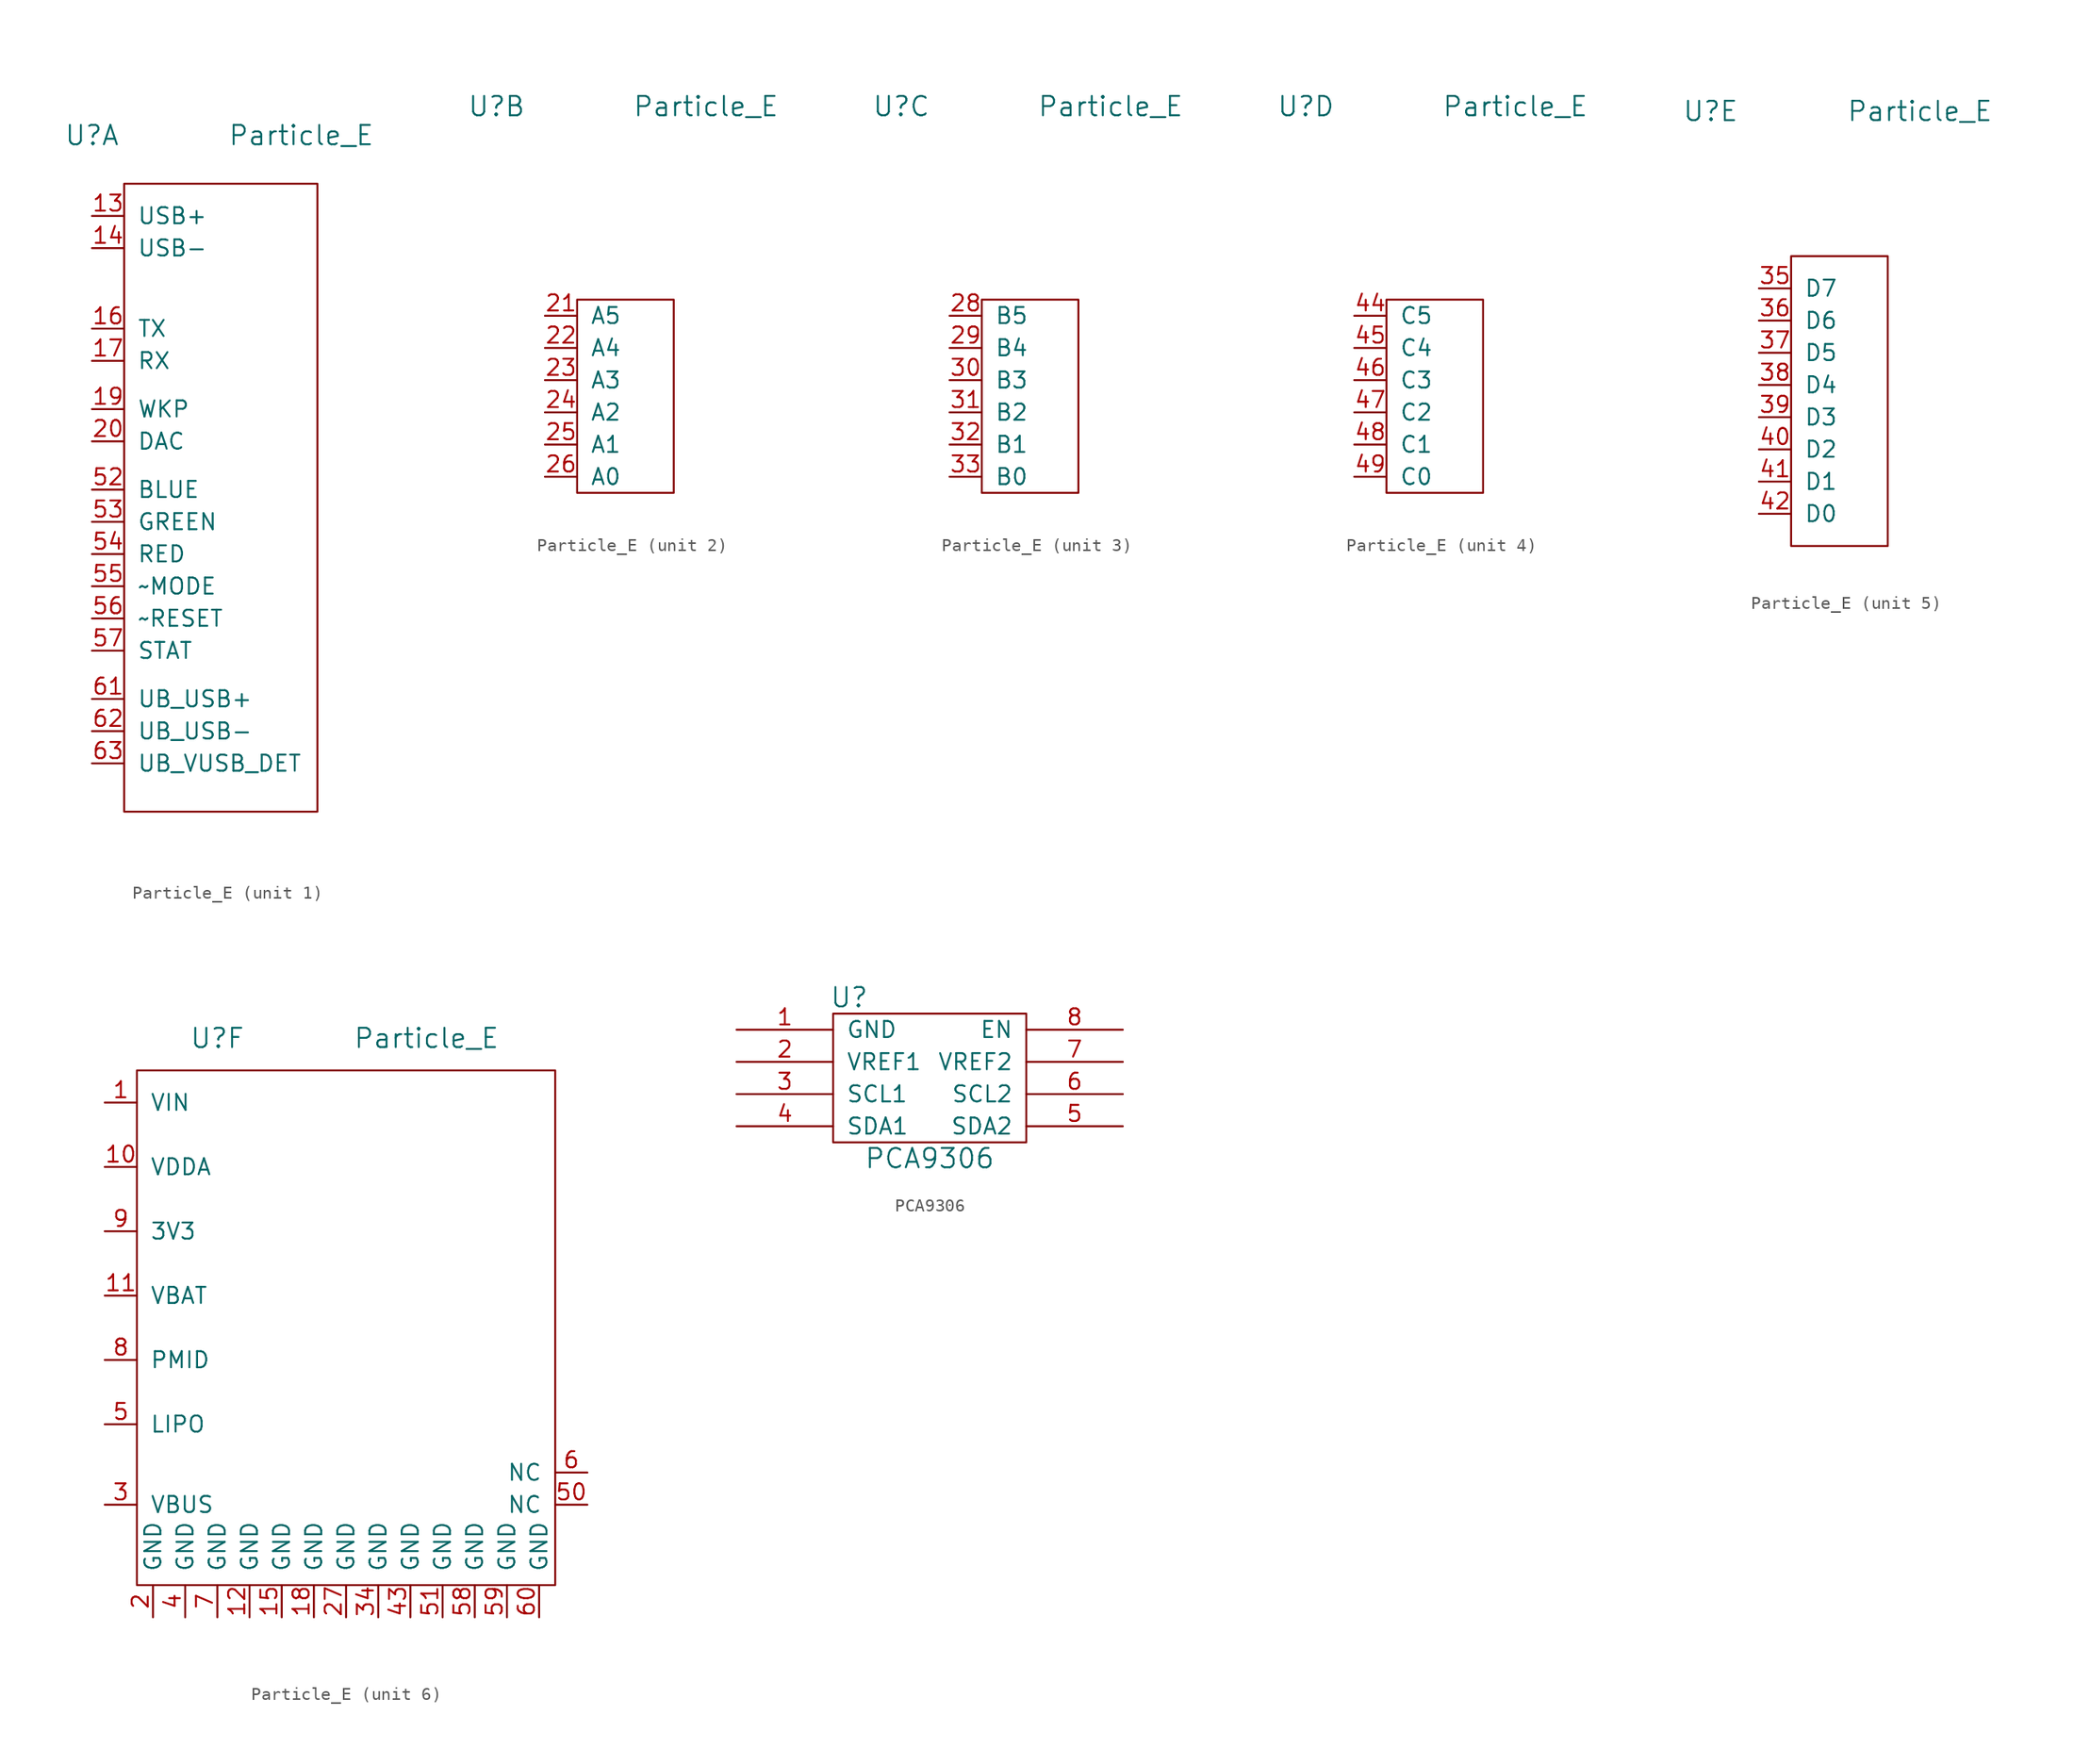
<source format=kicad_sym>
(kicad_symbol_lib
  (version 20210619)
  (generator kicad_symbol_editor)
  (symbol "tinkerforge:Particle_E"
    (pin_names
      (offset 1.016))
    (property "Reference" "U"
      (at -10.16 22.86 0)
      (effects (font (size 1.524 1.524))))
    (property "Value" "Particle_E"
      (at 6.35 22.86 0)
      (effects (font (size 1.524 1.524))))
    (symbol "Particle_E_1_1"
      (rectangle (start -7.62 19.05) (end 7.62 -30.48) (stroke (width 0)) (fill (type none)))
      (pin passive line (at -10.16 16.51 0) (length 2.54) (name "USB+" (effects (font (size 1.27 1.27)))) (number "13" (effects (font (size 1.27 1.27)))))
      (pin passive line (at -10.16 13.97 0) (length 2.54) (name "USB-" (effects (font (size 1.27 1.27)))) (number "14" (effects (font (size 1.27 1.27)))))
      (pin passive line (at -10.16 7.62 0) (length 2.54) (name "TX" (effects (font (size 1.27 1.27)))) (number "16" (effects (font (size 1.27 1.27)))))
      (pin passive line (at -10.16 5.08 0) (length 2.54) (name "RX" (effects (font (size 1.27 1.27)))) (number "17" (effects (font (size 1.27 1.27)))))
      (pin passive line (at -10.16 1.27 0) (length 2.54) (name "WKP" (effects (font (size 1.27 1.27)))) (number "19" (effects (font (size 1.27 1.27)))))
      (pin passive line (at -10.16 -1.27 0) (length 2.54) (name "DAC" (effects (font (size 1.27 1.27)))) (number "20" (effects (font (size 1.27 1.27)))))
      (pin passive line (at -10.16 -5.08 0) (length 2.54) (name "BLUE" (effects (font (size 1.27 1.27)))) (number "52" (effects (font (size 1.27 1.27)))))
      (pin passive line (at -10.16 -7.62 0) (length 2.54) (name "GREEN" (effects (font (size 1.27 1.27)))) (number "53" (effects (font (size 1.27 1.27)))))
      (pin passive line (at -10.16 -10.16 0) (length 2.54) (name "RED" (effects (font (size 1.27 1.27)))) (number "54" (effects (font (size 1.27 1.27)))))
      (pin passive line (at -10.16 -12.7 0) (length 2.54) (name "~MODE" (effects (font (size 1.27 1.27)))) (number "55" (effects (font (size 1.27 1.27)))))
      (pin passive line (at -10.16 -15.24 0) (length 2.54) (name "~RESET" (effects (font (size 1.27 1.27)))) (number "56" (effects (font (size 1.27 1.27)))))
      (pin passive line (at -10.16 -17.78 0) (length 2.54) (name "STAT" (effects (font (size 1.27 1.27)))) (number "57" (effects (font (size 1.27 1.27)))))
      (pin passive line (at -10.16 -21.59 0) (length 2.54) (name "UB_USB+" (effects (font (size 1.27 1.27)))) (number "61" (effects (font (size 1.27 1.27)))))
      (pin passive line (at -10.16 -24.13 0) (length 2.54) (name "UB_USB-" (effects (font (size 1.27 1.27)))) (number "62" (effects (font (size 1.27 1.27)))))
      (pin passive line (at -10.16 -26.67 0) (length 2.54) (name "UB_VUSB_DET" (effects (font (size 1.27 1.27)))) (number "63" (effects (font (size 1.27 1.27))))))
    (symbol "Particle_E_2_1"
      (rectangle (start -3.81 7.62) (end 3.81 -7.62) (stroke (width 0)) (fill (type none)))
      (pin passive line (at -6.35 6.35 0) (length 2.54) (name "A5" (effects (font (size 1.27 1.27)))) (number "21" (effects (font (size 1.27 1.27)))))
      (pin passive line (at -6.35 3.81 0) (length 2.54) (name "A4" (effects (font (size 1.27 1.27)))) (number "22" (effects (font (size 1.27 1.27)))))
      (pin passive line (at -6.35 1.27 0) (length 2.54) (name "A3" (effects (font (size 1.27 1.27)))) (number "23" (effects (font (size 1.27 1.27)))))
      (pin passive line (at -6.35 -1.27 0) (length 2.54) (name "A2" (effects (font (size 1.27 1.27)))) (number "24" (effects (font (size 1.27 1.27)))))
      (pin passive line (at -6.35 -3.81 0) (length 2.54) (name "A1" (effects (font (size 1.27 1.27)))) (number "25" (effects (font (size 1.27 1.27)))))
      (pin passive line (at -6.35 -6.35 0) (length 2.54) (name "A0" (effects (font (size 1.27 1.27)))) (number "26" (effects (font (size 1.27 1.27))))))
    (symbol "Particle_E_3_1"
      (rectangle (start -3.81 7.62) (end 3.81 -7.62) (stroke (width 0)) (fill (type none)))
      (pin passive line (at -6.35 6.35 0) (length 2.54) (name "B5" (effects (font (size 1.27 1.27)))) (number "28" (effects (font (size 1.27 1.27)))))
      (pin passive line (at -6.35 3.81 0) (length 2.54) (name "B4" (effects (font (size 1.27 1.27)))) (number "29" (effects (font (size 1.27 1.27)))))
      (pin passive line (at -6.35 1.27 0) (length 2.54) (name "B3" (effects (font (size 1.27 1.27)))) (number "30" (effects (font (size 1.27 1.27)))))
      (pin passive line (at -6.35 -1.27 0) (length 2.54) (name "B2" (effects (font (size 1.27 1.27)))) (number "31" (effects (font (size 1.27 1.27)))))
      (pin passive line (at -6.35 -3.81 0) (length 2.54) (name "B1" (effects (font (size 1.27 1.27)))) (number "32" (effects (font (size 1.27 1.27)))))
      (pin passive line (at -6.35 -6.35 0) (length 2.54) (name "B0" (effects (font (size 1.27 1.27)))) (number "33" (effects (font (size 1.27 1.27))))))
    (symbol "Particle_E_4_1"
      (rectangle (start -3.81 7.62) (end 3.81 -7.62) (stroke (width 0)) (fill (type none)))
      (pin passive line (at -6.35 6.35 0) (length 2.54) (name "C5" (effects (font (size 1.27 1.27)))) (number "44" (effects (font (size 1.27 1.27)))))
      (pin passive line (at -6.35 3.81 0) (length 2.54) (name "C4" (effects (font (size 1.27 1.27)))) (number "45" (effects (font (size 1.27 1.27)))))
      (pin passive line (at -6.35 1.27 0) (length 2.54) (name "C3" (effects (font (size 1.27 1.27)))) (number "46" (effects (font (size 1.27 1.27)))))
      (pin passive line (at -6.35 -1.27 0) (length 2.54) (name "C2" (effects (font (size 1.27 1.27)))) (number "47" (effects (font (size 1.27 1.27)))))
      (pin passive line (at -6.35 -3.81 0) (length 2.54) (name "C1" (effects (font (size 1.27 1.27)))) (number "48" (effects (font (size 1.27 1.27)))))
      (pin passive line (at -6.35 -6.35 0) (length 2.54) (name "C0" (effects (font (size 1.27 1.27)))) (number "49" (effects (font (size 1.27 1.27))))))
    (symbol "Particle_E_5_1"
      (rectangle (start -3.81 11.43) (end 3.81 -11.43) (stroke (width 0)) (fill (type none)))
      (pin passive line (at -6.35 8.89 0) (length 2.54) (name "D7" (effects (font (size 1.27 1.27)))) (number "35" (effects (font (size 1.27 1.27)))))
      (pin passive line (at -6.35 6.35 0) (length 2.54) (name "D6" (effects (font (size 1.27 1.27)))) (number "36" (effects (font (size 1.27 1.27)))))
      (pin passive line (at -6.35 3.81 0) (length 2.54) (name "D5" (effects (font (size 1.27 1.27)))) (number "37" (effects (font (size 1.27 1.27)))))
      (pin passive line (at -6.35 1.27 0) (length 2.54) (name "D4" (effects (font (size 1.27 1.27)))) (number "38" (effects (font (size 1.27 1.27)))))
      (pin passive line (at -6.35 -1.27 0) (length 2.54) (name "D3" (effects (font (size 1.27 1.27)))) (number "39" (effects (font (size 1.27 1.27)))))
      (pin passive line (at -6.35 -3.81 0) (length 2.54) (name "D2" (effects (font (size 1.27 1.27)))) (number "40" (effects (font (size 1.27 1.27)))))
      (pin passive line (at -6.35 -6.35 0) (length 2.54) (name "D1" (effects (font (size 1.27 1.27)))) (number "41" (effects (font (size 1.27 1.27)))))
      (pin passive line (at -6.35 -8.89 0) (length 2.54) (name "D0" (effects (font (size 1.27 1.27)))) (number "42" (effects (font (size 1.27 1.27))))))
    (symbol "Particle_E_6_1"
      (rectangle (start -16.51 20.32) (end 16.51 -20.32) (stroke (width 0)) (fill (type none)))
      (rectangle (start 12.7 -20.32) (end 12.7 -20.32) (stroke (width 0)) (fill (type none)))
      (pin passive line (at -19.05 17.78 0) (length 2.54) (name "VIN" (effects (font (size 1.27 1.27)))) (number "1" (effects (font (size 1.27 1.27)))))
      (pin passive line (at -19.05 12.7 0) (length 2.54) (name "VDDA" (effects (font (size 1.27 1.27)))) (number "10" (effects (font (size 1.27 1.27)))))
      (pin passive line (at -19.05 2.54 0) (length 2.54) (name "VBAT" (effects (font (size 1.27 1.27)))) (number "11" (effects (font (size 1.27 1.27)))))
      (pin passive line (at -7.62 -22.86 90) (length 2.54) (name "GND" (effects (font (size 1.27 1.27)))) (number "12" (effects (font (size 1.27 1.27)))))
      (pin passive line (at -5.08 -22.86 90) (length 2.54) (name "GND" (effects (font (size 1.27 1.27)))) (number "15" (effects (font (size 1.27 1.27)))))
      (pin passive line (at -2.54 -22.86 90) (length 2.54) (name "GND" (effects (font (size 1.27 1.27)))) (number "18" (effects (font (size 1.27 1.27)))))
      (pin passive line (at -15.24 -22.86 90) (length 2.54) (name "GND" (effects (font (size 1.27 1.27)))) (number "2" (effects (font (size 1.27 1.27)))))
      (pin passive line (at 0 -22.86 90) (length 2.54) (name "GND" (effects (font (size 1.27 1.27)))) (number "27" (effects (font (size 1.27 1.27)))))
      (pin passive line (at -19.05 -13.97 0) (length 2.54) (name "VBUS" (effects (font (size 1.27 1.27)))) (number "3" (effects (font (size 1.27 1.27)))))
      (pin passive line (at 2.54 -22.86 90) (length 2.54) (name "GND" (effects (font (size 1.27 1.27)))) (number "34" (effects (font (size 1.27 1.27)))))
      (pin passive line (at -12.7 -22.86 90) (length 2.54) (name "GND" (effects (font (size 1.27 1.27)))) (number "4" (effects (font (size 1.27 1.27)))))
      (pin passive line (at 5.08 -22.86 90) (length 2.54) (name "GND" (effects (font (size 1.27 1.27)))) (number "43" (effects (font (size 1.27 1.27)))))
      (pin passive line (at -19.05 -7.62 0) (length 2.54) (name "LIPO" (effects (font (size 1.27 1.27)))) (number "5" (effects (font (size 1.27 1.27)))))
      (pin passive line (at 19.05 -13.97 180) (length 2.54) (name "NC" (effects (font (size 1.27 1.27)))) (number "50" (effects (font (size 1.27 1.27)))))
      (pin passive line (at 7.62 -22.86 90) (length 2.54) (name "GND" (effects (font (size 1.27 1.27)))) (number "51" (effects (font (size 1.27 1.27)))))
      (pin passive line (at 10.16 -22.86 90) (length 2.54) (name "GND" (effects (font (size 1.27 1.27)))) (number "58" (effects (font (size 1.27 1.27)))))
      (pin passive line (at 12.7 -22.86 90) (length 2.54) (name "GND" (effects (font (size 1.27 1.27)))) (number "59" (effects (font (size 1.27 1.27)))))
      (pin passive line (at 19.05 -11.43 180) (length 2.54) (name "NC" (effects (font (size 1.27 1.27)))) (number "6" (effects (font (size 1.27 1.27)))))
      (pin passive line (at 15.24 -22.86 90) (length 2.54) (name "GND" (effects (font (size 1.27 1.27)))) (number "60" (effects (font (size 1.27 1.27)))))
      (pin passive line (at -10.16 -22.86 90) (length 2.54) (name "GND" (effects (font (size 1.27 1.27)))) (number "7" (effects (font (size 1.27 1.27)))))
      (pin passive line (at -19.05 -2.54 0) (length 2.54) (name "PMID" (effects (font (size 1.27 1.27)))) (number "8" (effects (font (size 1.27 1.27)))))
      (pin passive line (at -19.05 7.62 0) (length 2.54) (name "3V3" (effects (font (size 1.27 1.27)))) (number "9" (effects (font (size 1.27 1.27)))))))
  (symbol "tinkerforge:PCA9306"
    (pin_names
      (offset 1.016))
    (property "Reference" "U"
      (at -6.35 6.35 0)
      (effects (font (size 1.524 1.524))))
    (property "Value" "PCA9306"
      (at 0 -6.35 0)
      (effects (font (size 1.524 1.524))))
    (property "Footprint" ""
      (at 0 0 0)
      (effects (font (size 1.524 1.524))))
    (property "Datasheet" ""
      (at 0 0 0)
      (effects (font (size 1.524 1.524))))
    (symbol "PCA9306_0_1"
      (rectangle (start -7.62 5.08) (end 7.62 -5.08) (stroke (width 0)) (fill (type none))))
    (symbol "PCA9306_1_1"
      (pin passive line (at -15.24 3.81 0) (length 7.62) (name "GND" (effects (font (size 1.27 1.27)))) (number "1" (effects (font (size 1.27 1.27)))))
      (pin passive line (at -15.24 1.27 0) (length 7.62) (name "VREF1" (effects (font (size 1.27 1.27)))) (number "2" (effects (font (size 1.27 1.27)))))
      (pin passive line (at -15.24 -1.27 0) (length 7.62) (name "SCL1" (effects (font (size 1.27 1.27)))) (number "3" (effects (font (size 1.27 1.27)))))
      (pin passive line (at -15.24 -3.81 0) (length 7.62) (name "SDA1" (effects (font (size 1.27 1.27)))) (number "4" (effects (font (size 1.27 1.27)))))
      (pin passive line (at 15.24 -3.81 180) (length 7.62) (name "SDA2" (effects (font (size 1.27 1.27)))) (number "5" (effects (font (size 1.27 1.27)))))
      (pin passive line (at 15.24 -1.27 180) (length 7.62) (name "SCL2" (effects (font (size 1.27 1.27)))) (number "6" (effects (font (size 1.27 1.27)))))
      (pin passive line (at 15.24 1.27 180) (length 7.62) (name "VREF2" (effects (font (size 1.27 1.27)))) (number "7" (effects (font (size 1.27 1.27)))))
      (pin passive line (at 15.24 3.81 180) (length 7.62) (name "EN" (effects (font (size 1.27 1.27)))) (number "8" (effects (font (size 1.27 1.27))))))))
</source>
